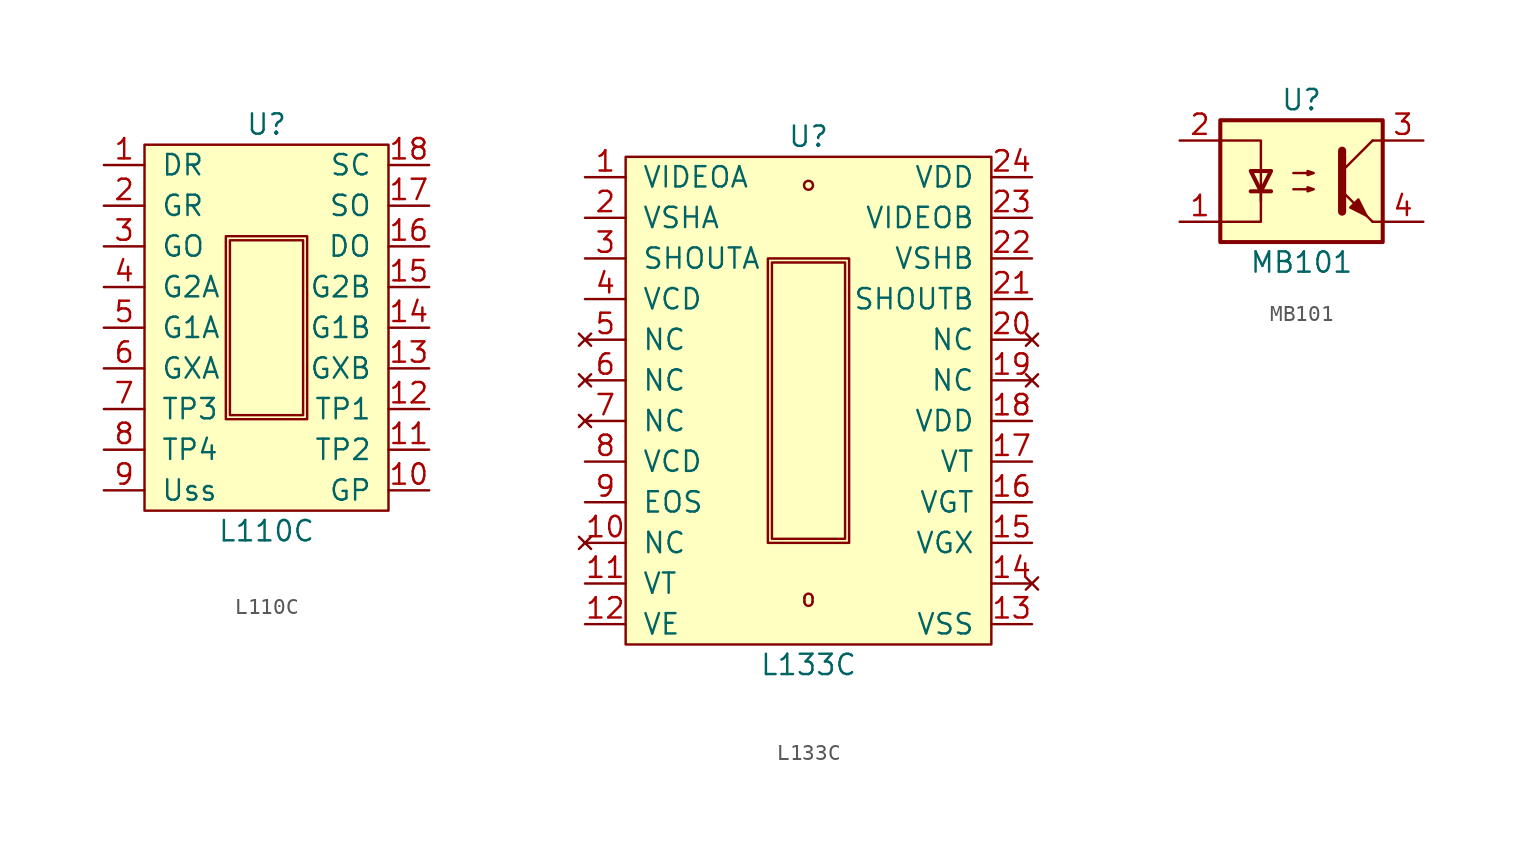
<source format=kicad_sym>
(kicad_symbol_lib
  (version 20211014)
  (generator kicad_symbol_editor)
  (symbol "L110C"
    (pin_names
      (offset 1.016))
    (property "Reference" "U"
      (at 0 12.7 0)
      (effects (font (size 1.27 1.27))))
    (property "Value" "L110C"
      (at 0 -12.7 0)
      (effects (font (size 1.27 1.27))))
    (symbol "L110C_0_1"
      (rectangle (start -7.62 11.43) (end 7.62 -11.43) (stroke (width 0) (type default) (color 0 0 0 0)) (fill (type background)))
      (rectangle (start -2.54 5.715) (end 2.54 -5.715) (stroke (width 0) (type default) (color 0 0 0 0)) (fill (type background)))
      (rectangle (start -2.286 5.461) (end 2.286 -5.461) (stroke (width 0) (type default) (color 0 0 0 0)) (fill (type background))))
    (symbol "L110C_1_1"
      (pin passive line (at -10.16 10.16 0) (length 2.54) (name "DR" (effects (font (size 1.27 1.27)))) (number "1" (effects (font (size 1.27 1.27)))))
      (pin passive line (at 10.16 -10.16 180) (length 2.54) (name "GP" (effects (font (size 1.27 1.27)))) (number "10" (effects (font (size 1.27 1.27)))))
      (pin passive line (at 10.16 -7.62 180) (length 2.54) (name "TP2" (effects (font (size 1.27 1.27)))) (number "11" (effects (font (size 1.27 1.27)))))
      (pin passive line (at 10.16 -5.08 180) (length 2.54) (name "TP1" (effects (font (size 1.27 1.27)))) (number "12" (effects (font (size 1.27 1.27)))))
      (pin passive line (at 10.16 -2.54 180) (length 2.54) (name "GXB" (effects (font (size 1.27 1.27)))) (number "13" (effects (font (size 1.27 1.27)))))
      (pin passive line (at 10.16 0 180) (length 2.54) (name "G1B" (effects (font (size 1.27 1.27)))) (number "14" (effects (font (size 1.27 1.27)))))
      (pin passive line (at 10.16 2.54 180) (length 2.54) (name "G2B" (effects (font (size 1.27 1.27)))) (number "15" (effects (font (size 1.27 1.27)))))
      (pin passive line (at 10.16 5.08 180) (length 2.54) (name "DO" (effects (font (size 1.27 1.27)))) (number "16" (effects (font (size 1.27 1.27)))))
      (pin passive line (at 10.16 7.62 180) (length 2.54) (name "SO" (effects (font (size 1.27 1.27)))) (number "17" (effects (font (size 1.27 1.27)))))
      (pin passive line (at 10.16 10.16 180) (length 2.54) (name "SC" (effects (font (size 1.27 1.27)))) (number "18" (effects (font (size 1.27 1.27)))))
      (pin passive line (at -10.16 7.62 0) (length 2.54) (name "GR" (effects (font (size 1.27 1.27)))) (number "2" (effects (font (size 1.27 1.27)))))
      (pin passive line (at -10.16 5.08 0) (length 2.54) (name "GO" (effects (font (size 1.27 1.27)))) (number "3" (effects (font (size 1.27 1.27)))))
      (pin passive line (at -10.16 2.54 0) (length 2.54) (name "G2A" (effects (font (size 1.27 1.27)))) (number "4" (effects (font (size 1.27 1.27)))))
      (pin passive line (at -10.16 0 0) (length 2.54) (name "G1A" (effects (font (size 1.27 1.27)))) (number "5" (effects (font (size 1.27 1.27)))))
      (pin passive line (at -10.16 -2.54 0) (length 2.54) (name "GXA" (effects (font (size 1.27 1.27)))) (number "6" (effects (font (size 1.27 1.27)))))
      (pin passive line (at -10.16 -5.08 0) (length 2.54) (name "TP3" (effects (font (size 1.27 1.27)))) (number "7" (effects (font (size 1.27 1.27)))))
      (pin passive line (at -10.16 -7.62 0) (length 2.54) (name "TP4" (effects (font (size 1.27 1.27)))) (number "8" (effects (font (size 1.27 1.27)))))
      (pin passive line (at -10.16 -10.16 0) (length 2.54) (name "Uss" (effects (font (size 1.27 1.27)))) (number "9" (effects (font (size 1.27 1.27)))))))
  (symbol "L133C"
    (pin_names
      (offset 1.016))
    (property "Reference" "U"
      (at 0 16.51 0)
      (effects (font (size 1.27 1.27))))
    (property "Value" "L133C"
      (at 0 -16.51 0)
      (effects (font (size 1.27 1.27))))
    (symbol "L133C_0_0"
      (pin no_connect line (at 13.97 1.27 180) (length 2.54) (name "NC" (effects (font (size 1.27 1.27)))) (number "19" (effects (font (size 1.27 1.27)))))
      (pin no_connect line (at 13.97 3.81 180) (length 2.54) (name "NC" (effects (font (size 1.27 1.27)))) (number "20" (effects (font (size 1.27 1.27)))))
      (pin output line (at 13.97 6.35 180) (length 2.54) (name "SHOUTB" (effects (font (size 1.27 1.27)))) (number "21" (effects (font (size 1.27 1.27)))))
      (pin power_in line (at 13.97 8.89 180) (length 2.54) (name "VSHB" (effects (font (size 1.27 1.27)))) (number "22" (effects (font (size 1.27 1.27)))))
      (pin passive line (at 13.97 11.43 180) (length 2.54) (name "VIDEOB" (effects (font (size 1.27 1.27)))) (number "23" (effects (font (size 1.27 1.27)))))
      (pin power_in line (at 13.97 13.97 180) (length 2.54) (name "VDD" (effects (font (size 1.27 1.27)))) (number "24" (effects (font (size 1.27 1.27))))))
    (symbol "L133C_0_1"
      (arc (start -0.254 -12.573) (mid 0 -12.827) (end 0.254 -12.573) (stroke (width 0) (type default) (color 0 0 0 0)) (fill (type none)))
      (polyline (pts (xy -0.254 -12.319) (xy -0.254 -12.573)) (stroke (width 0) (type default) (color 0 0 0 0)) (fill (type none)))
      (polyline (pts (xy 0.254 -12.319) (xy 0.254 -12.573)) (stroke (width 0) (type default) (color 0 0 0 0)) (fill (type none)))
      (circle (center 0 13.462) (radius 0.279) (stroke (width 0) (type default) (color 0 0 0 0)) (fill (type none)))
      (arc (start 0.254 -12.319) (mid 0 -12.065) (end -0.254 -12.319) (stroke (width 0) (type default) (color 0 0 0 0)) (fill (type none))))
    (symbol "L133C_1_1"
      (rectangle (start -11.43 15.24) (end 11.43 -15.24) (stroke (width 0) (type default) (color 0 0 0 0)) (fill (type background)))
      (rectangle (start -2.54 8.89) (end 2.54 -8.89) (stroke (width 0) (type default) (color 0 0 0 0)) (fill (type background)))
      (rectangle (start -2.286 8.636) (end 2.286 -8.636) (stroke (width 0) (type default) (color 0 0 0 0)) (fill (type background)))
      (pin passive line (at -13.97 13.97 0) (length 2.54) (name "VIDEOA" (effects (font (size 1.27 1.27)))) (number "1" (effects (font (size 1.27 1.27)))))
      (pin no_connect line (at -13.97 -8.89 0) (length 2.54) (name "NC" (effects (font (size 1.27 1.27)))) (number "10" (effects (font (size 1.27 1.27)))))
      (pin power_in line (at -13.97 -11.43 0) (length 2.54) (name "VT" (effects (font (size 1.27 1.27)))) (number "11" (effects (font (size 1.27 1.27)))))
      (pin power_in line (at -13.97 -13.97 0) (length 2.54) (name "VE" (effects (font (size 1.27 1.27)))) (number "12" (effects (font (size 1.27 1.27)))))
      (pin power_in line (at 13.97 -13.97 180) (length 2.54) (name "VSS" (effects (font (size 1.27 1.27)))) (number "13" (effects (font (size 1.27 1.27)))))
      (pin no_connect line (at 13.97 -11.43 180) (length 2.54) (name "~" (effects (font (size 1.27 1.27)))) (number "14" (effects (font (size 1.27 1.27)))))
      (pin power_in line (at 13.97 -8.89 180) (length 2.54) (name "VGX" (effects (font (size 1.27 1.27)))) (number "15" (effects (font (size 1.27 1.27)))))
      (pin power_in line (at 13.97 -6.35 180) (length 2.54) (name "VGT" (effects (font (size 1.27 1.27)))) (number "16" (effects (font (size 1.27 1.27)))))
      (pin power_in line (at 13.97 -3.81 180) (length 2.54) (name "VT" (effects (font (size 1.27 1.27)))) (number "17" (effects (font (size 1.27 1.27)))))
      (pin power_in line (at 13.97 -1.27 180) (length 2.54) (name "VDD" (effects (font (size 1.27 1.27)))) (number "18" (effects (font (size 1.27 1.27)))))
      (pin passive line (at -13.97 11.43 0) (length 2.54) (name "VSHA" (effects (font (size 1.27 1.27)))) (number "2" (effects (font (size 1.27 1.27)))))
      (pin output line (at -13.97 8.89 0) (length 2.54) (name "SHOUTA" (effects (font (size 1.27 1.27)))) (number "3" (effects (font (size 1.27 1.27)))))
      (pin power_in line (at -13.97 6.35 0) (length 2.54) (name "VCD" (effects (font (size 1.27 1.27)))) (number "4" (effects (font (size 1.27 1.27)))))
      (pin no_connect line (at -13.97 3.81 0) (length 2.54) (name "NC" (effects (font (size 1.27 1.27)))) (number "5" (effects (font (size 1.27 1.27)))))
      (pin no_connect line (at -13.97 1.27 0) (length 2.54) (name "NC" (effects (font (size 1.27 1.27)))) (number "6" (effects (font (size 1.27 1.27)))))
      (pin no_connect line (at -13.97 -1.27 0) (length 2.54) (name "NC" (effects (font (size 1.27 1.27)))) (number "7" (effects (font (size 1.27 1.27)))))
      (pin power_in line (at -13.97 -3.81 0) (length 2.54) (name "VCD" (effects (font (size 1.27 1.27)))) (number "8" (effects (font (size 1.27 1.27)))))
      (pin passive line (at -13.97 -6.35 0) (length 2.54) (name "EOS" (effects (font (size 1.27 1.27)))) (number "9" (effects (font (size 1.27 1.27)))))))
  (symbol "MB101"
    (pin_names
      (offset 1.016))
    (property "Reference" "U"
      (at 0 5.08 0)
      (effects (font (size 1.27 1.27))))
    (property "Value" "MB101"
      (at 0 -5.08 0)
      (effects (font (size 1.27 1.27))))
    (symbol "MB101_1_1"
      (rectangle (start -5.08 3.81) (end 5.08 -3.81) (stroke (width 0.254) (type default) (color 0 0 0 0)) (fill (type background)))
      (polyline (pts (xy -3.175 -0.635) (xy -1.905 -0.635)) (stroke (width 0.254) (type default) (color 0 0 0 0)) (fill (type none)))
      (polyline (pts (xy 2.54 0.635) (xy 4.445 2.54)) (stroke (width 0) (type default) (color 0 0 0 0)) (fill (type none)))
      (polyline (pts (xy 4.445 -2.54) (xy 2.54 -0.635)) (stroke (width 0) (type default) (color 0 0 0 0)) (fill (type outline)))
      (polyline (pts (xy 4.445 -2.54) (xy 5.08 -2.54)) (stroke (width 0) (type default) (color 0 0 0 0)) (fill (type none)))
      (polyline (pts (xy 4.445 2.54) (xy 5.08 2.54)) (stroke (width 0) (type default) (color 0 0 0 0)) (fill (type none)))
      (polyline (pts (xy -2.54 -0.635) (xy -2.54 -2.54) (xy -5.08 -2.54)) (stroke (width 0) (type default) (color 0 0 0 0)) (fill (type none)))
      (polyline (pts (xy 2.54 1.905) (xy 2.54 -1.905) (xy 2.54 -1.905)) (stroke (width 0.508) (type default) (color 0 0 0 0)) (fill (type none)))
      (polyline (pts (xy -5.08 2.54) (xy -2.54 2.54) (xy -2.54 -1.27) (xy -2.54 0.635)) (stroke (width 0) (type default) (color 0 0 0 0)) (fill (type none)))
      (polyline (pts (xy -2.54 -0.635) (xy -3.175 0.635) (xy -1.905 0.635) (xy -2.54 -0.635)) (stroke (width 0.254) (type default) (color 0 0 0 0)) (fill (type none)))
      (polyline (pts (xy -0.508 -0.508) (xy 0.762 -0.508) (xy 0.381 -0.635) (xy 0.381 -0.381) (xy 0.762 -0.508)) (stroke (width 0) (type default) (color 0 0 0 0)) (fill (type none)))
      (polyline (pts (xy -0.508 0.508) (xy 0.762 0.508) (xy 0.381 0.381) (xy 0.381 0.635) (xy 0.762 0.508)) (stroke (width 0) (type default) (color 0 0 0 0)) (fill (type none)))
      (polyline (pts (xy 3.048 -1.651) (xy 3.556 -1.143) (xy 4.064 -2.159) (xy 3.048 -1.651) (xy 3.048 -1.651)) (stroke (width 0) (type default) (color 0 0 0 0)) (fill (type outline)))
      (pin passive line (at -7.62 -2.54 0) (length 2.54) (name "~" (effects (font (size 1.27 1.27)))) (number "1" (effects (font (size 1.27 1.27)))))
      (pin passive line (at -7.62 2.54 0) (length 2.54) (name "~" (effects (font (size 1.27 1.27)))) (number "2" (effects (font (size 1.27 1.27)))))
      (pin passive line (at 7.62 2.54 180) (length 2.54) (name "~" (effects (font (size 1.27 1.27)))) (number "3" (effects (font (size 1.27 1.27)))))
      (pin passive line (at 7.62 -2.54 180) (length 2.54) (name "~" (effects (font (size 1.27 1.27)))) (number "4" (effects (font (size 1.27 1.27))))))))
</source>
